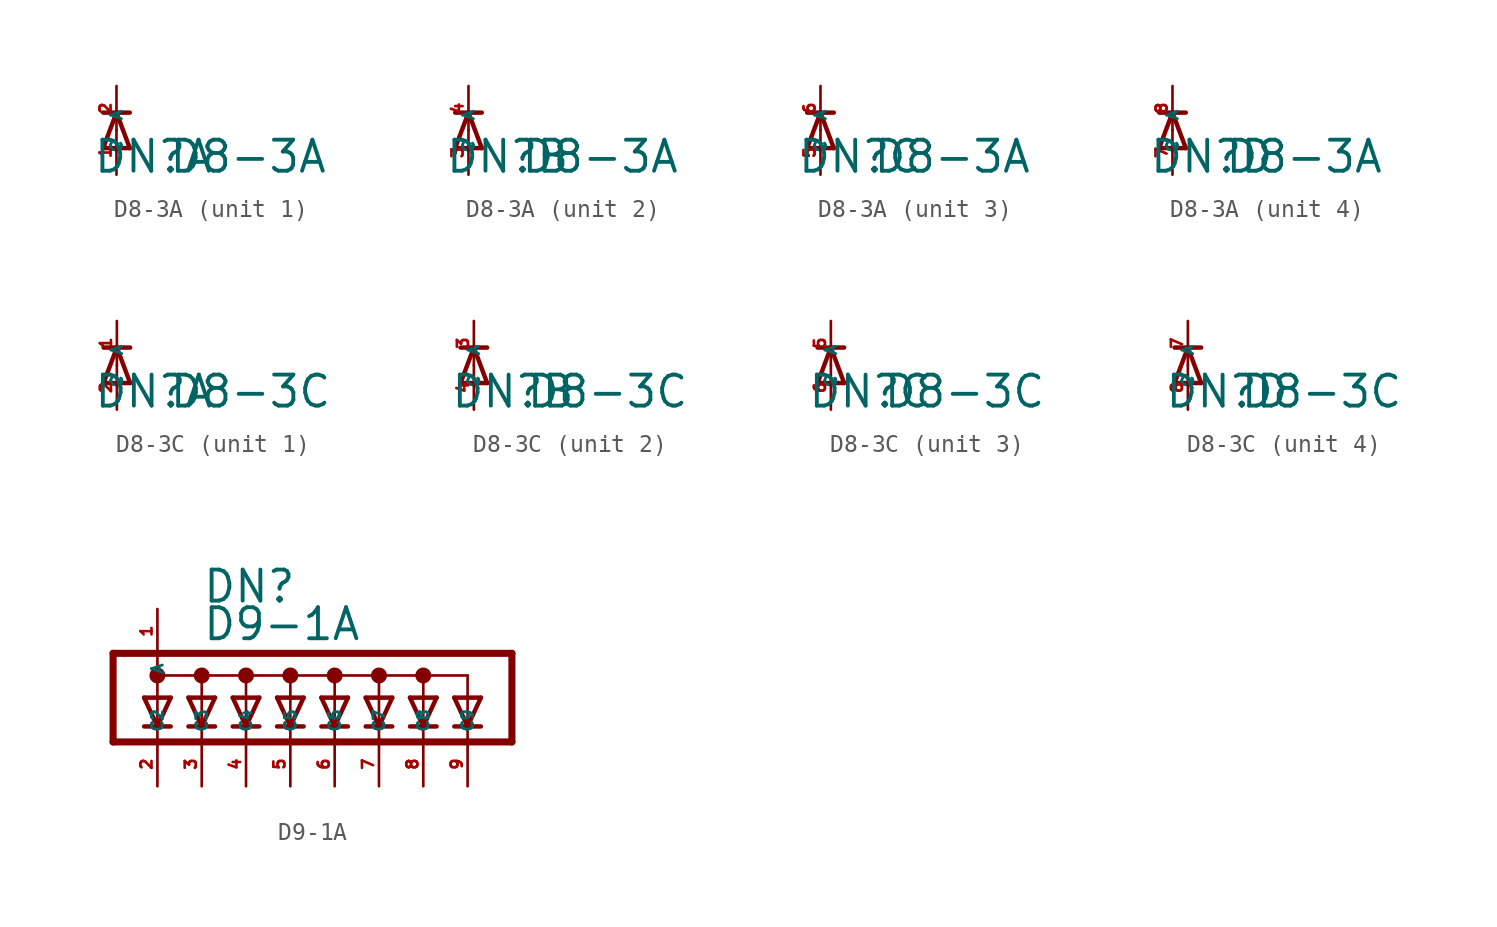
<source format=kicad_sym>
(kicad_symbol_lib
  (version 20220914)
  (generator Eagle2Kicad)
  (symbol "D8-3A"
    (property "Reference" "DN"
      (at -1.372 -2.54 0)
      (effects (font (size 1.778 1.778) (thickness 0.22)) (justify left bottom)))
    (property "Value" "D8-3A"
      (at 2.946 -2.54 0)
      (effects (font (size 1.778 1.778) (thickness 0.22)) (justify left bottom)))
    (symbol "D8-3A_1_0"
      (polyline (pts (xy 0.762 -1.016) (xy 0 1.016)) (stroke (width 0.254) (type default)) (fill (type none)))
      (polyline (pts (xy 0 1.016) (xy -0.762 -1.016)) (stroke (width 0.254) (type default)) (fill (type none)))
      (polyline (pts (xy -0.762 1.016) (xy 0 1.016)) (stroke (width 0.254) (type default)) (fill (type none)))
      (polyline (pts (xy -0.762 -1.016) (xy 0.762 -1.016)) (stroke (width 0.254) (type default)) (fill (type none)))
      (polyline (pts (xy 0 1.016) (xy 0.762 1.016)) (stroke (width 0.254) (type default)) (fill (type none)))
      (pin passive line (at 0 -2.54 90) (length 2.54) (name "A" (effects (font (size 0.635 0.635) (thickness 0.08)) (justify left bottom))) (number "1" (effects (font (size 0.635 0.635) (thickness 0.08)) (justify left bottom))))
      (pin passive line (at 0 2.54 270) (length 2.54) (name "C" (effects (font (size 0.635 0.635) (thickness 0.08)) (justify left bottom))) (number "2" (effects (font (size 0.635 0.635) (thickness 0.08)) (justify left bottom)))))
    (symbol "D8-3A_2_0"
      (polyline (pts (xy 0.762 -1.016) (xy 0 1.016)) (stroke (width 0.254) (type default)) (fill (type none)))
      (polyline (pts (xy 0 1.016) (xy -0.762 -1.016)) (stroke (width 0.254) (type default)) (fill (type none)))
      (polyline (pts (xy -0.762 1.016) (xy 0 1.016)) (stroke (width 0.254) (type default)) (fill (type none)))
      (polyline (pts (xy -0.762 -1.016) (xy 0.762 -1.016)) (stroke (width 0.254) (type default)) (fill (type none)))
      (polyline (pts (xy 0 1.016) (xy 0.762 1.016)) (stroke (width 0.254) (type default)) (fill (type none)))
      (pin passive line (at 0 -2.54 90) (length 2.54) (name "A" (effects (font (size 0.635 0.635) (thickness 0.08)) (justify left bottom))) (number "3" (effects (font (size 0.635 0.635) (thickness 0.08)) (justify left bottom))))
      (pin passive line (at 0 2.54 270) (length 2.54) (name "C" (effects (font (size 0.635 0.635) (thickness 0.08)) (justify left bottom))) (number "4" (effects (font (size 0.635 0.635) (thickness 0.08)) (justify left bottom)))))
    (symbol "D8-3A_3_0"
      (polyline (pts (xy 0.762 -1.016) (xy 0 1.016)) (stroke (width 0.254) (type default)) (fill (type none)))
      (polyline (pts (xy 0 1.016) (xy -0.762 -1.016)) (stroke (width 0.254) (type default)) (fill (type none)))
      (polyline (pts (xy -0.762 1.016) (xy 0 1.016)) (stroke (width 0.254) (type default)) (fill (type none)))
      (polyline (pts (xy -0.762 -1.016) (xy 0.762 -1.016)) (stroke (width 0.254) (type default)) (fill (type none)))
      (polyline (pts (xy 0 1.016) (xy 0.762 1.016)) (stroke (width 0.254) (type default)) (fill (type none)))
      (pin passive line (at 0 -2.54 90) (length 2.54) (name "A" (effects (font (size 0.635 0.635) (thickness 0.08)) (justify left bottom))) (number "5" (effects (font (size 0.635 0.635) (thickness 0.08)) (justify left bottom))))
      (pin passive line (at 0 2.54 270) (length 2.54) (name "C" (effects (font (size 0.635 0.635) (thickness 0.08)) (justify left bottom))) (number "6" (effects (font (size 0.635 0.635) (thickness 0.08)) (justify left bottom)))))
    (symbol "D8-3A_4_0"
      (polyline (pts (xy 0.762 -1.016) (xy 0 1.016)) (stroke (width 0.254) (type default)) (fill (type none)))
      (polyline (pts (xy 0 1.016) (xy -0.762 -1.016)) (stroke (width 0.254) (type default)) (fill (type none)))
      (polyline (pts (xy -0.762 1.016) (xy 0 1.016)) (stroke (width 0.254) (type default)) (fill (type none)))
      (polyline (pts (xy -0.762 -1.016) (xy 0.762 -1.016)) (stroke (width 0.254) (type default)) (fill (type none)))
      (polyline (pts (xy 0 1.016) (xy 0.762 1.016)) (stroke (width 0.254) (type default)) (fill (type none)))
      (pin passive line (at 0 -2.54 90) (length 2.54) (name "A" (effects (font (size 0.635 0.635) (thickness 0.08)) (justify left bottom))) (number "7" (effects (font (size 0.635 0.635) (thickness 0.08)) (justify left bottom))))
      (pin passive line (at 0 2.54 270) (length 2.54) (name "C" (effects (font (size 0.635 0.635) (thickness 0.08)) (justify left bottom))) (number "8" (effects (font (size 0.635 0.635) (thickness 0.08)) (justify left bottom))))))
  (symbol "D8-3C"
    (property "Reference" "DN"
      (at -1.372 -2.54 0)
      (effects (font (size 1.778 1.778) (thickness 0.22)) (justify left bottom)))
    (property "Value" "D8-3C"
      (at 2.946 -2.54 0)
      (effects (font (size 1.778 1.778) (thickness 0.22)) (justify left bottom)))
    (symbol "D8-3C_1_0"
      (polyline (pts (xy 0.762 -1.016) (xy 0 1.016)) (stroke (width 0.254) (type default)) (fill (type none)))
      (polyline (pts (xy 0 1.016) (xy -0.762 -1.016)) (stroke (width 0.254) (type default)) (fill (type none)))
      (polyline (pts (xy -0.762 1.016) (xy 0 1.016)) (stroke (width 0.254) (type default)) (fill (type none)))
      (polyline (pts (xy -0.762 -1.016) (xy 0.762 -1.016)) (stroke (width 0.254) (type default)) (fill (type none)))
      (polyline (pts (xy 0 1.016) (xy 0.762 1.016)) (stroke (width 0.254) (type default)) (fill (type none)))
      (pin passive line (at 0 -2.54 90) (length 2.54) (name "A" (effects (font (size 0.635 0.635) (thickness 0.08)) (justify left bottom))) (number "2" (effects (font (size 0.635 0.635) (thickness 0.08)) (justify left bottom))))
      (pin passive line (at 0 2.54 270) (length 2.54) (name "C" (effects (font (size 0.635 0.635) (thickness 0.08)) (justify left bottom))) (number "1" (effects (font (size 0.635 0.635) (thickness 0.08)) (justify left bottom)))))
    (symbol "D8-3C_2_0"
      (polyline (pts (xy 0.762 -1.016) (xy 0 1.016)) (stroke (width 0.254) (type default)) (fill (type none)))
      (polyline (pts (xy 0 1.016) (xy -0.762 -1.016)) (stroke (width 0.254) (type default)) (fill (type none)))
      (polyline (pts (xy -0.762 1.016) (xy 0 1.016)) (stroke (width 0.254) (type default)) (fill (type none)))
      (polyline (pts (xy -0.762 -1.016) (xy 0.762 -1.016)) (stroke (width 0.254) (type default)) (fill (type none)))
      (polyline (pts (xy 0 1.016) (xy 0.762 1.016)) (stroke (width 0.254) (type default)) (fill (type none)))
      (pin passive line (at 0 -2.54 90) (length 2.54) (name "A" (effects (font (size 0.635 0.635) (thickness 0.08)) (justify left bottom))) (number "4" (effects (font (size 0.635 0.635) (thickness 0.08)) (justify left bottom))))
      (pin passive line (at 0 2.54 270) (length 2.54) (name "C" (effects (font (size 0.635 0.635) (thickness 0.08)) (justify left bottom))) (number "3" (effects (font (size 0.635 0.635) (thickness 0.08)) (justify left bottom)))))
    (symbol "D8-3C_3_0"
      (polyline (pts (xy 0.762 -1.016) (xy 0 1.016)) (stroke (width 0.254) (type default)) (fill (type none)))
      (polyline (pts (xy 0 1.016) (xy -0.762 -1.016)) (stroke (width 0.254) (type default)) (fill (type none)))
      (polyline (pts (xy -0.762 1.016) (xy 0 1.016)) (stroke (width 0.254) (type default)) (fill (type none)))
      (polyline (pts (xy -0.762 -1.016) (xy 0.762 -1.016)) (stroke (width 0.254) (type default)) (fill (type none)))
      (polyline (pts (xy 0 1.016) (xy 0.762 1.016)) (stroke (width 0.254) (type default)) (fill (type none)))
      (pin passive line (at 0 -2.54 90) (length 2.54) (name "A" (effects (font (size 0.635 0.635) (thickness 0.08)) (justify left bottom))) (number "6" (effects (font (size 0.635 0.635) (thickness 0.08)) (justify left bottom))))
      (pin passive line (at 0 2.54 270) (length 2.54) (name "C" (effects (font (size 0.635 0.635) (thickness 0.08)) (justify left bottom))) (number "5" (effects (font (size 0.635 0.635) (thickness 0.08)) (justify left bottom)))))
    (symbol "D8-3C_4_0"
      (polyline (pts (xy 0.762 -1.016) (xy 0 1.016)) (stroke (width 0.254) (type default)) (fill (type none)))
      (polyline (pts (xy 0 1.016) (xy -0.762 -1.016)) (stroke (width 0.254) (type default)) (fill (type none)))
      (polyline (pts (xy -0.762 1.016) (xy 0 1.016)) (stroke (width 0.254) (type default)) (fill (type none)))
      (polyline (pts (xy -0.762 -1.016) (xy 0.762 -1.016)) (stroke (width 0.254) (type default)) (fill (type none)))
      (polyline (pts (xy 0 1.016) (xy 0.762 1.016)) (stroke (width 0.254) (type default)) (fill (type none)))
      (pin passive line (at 0 -2.54 90) (length 2.54) (name "A" (effects (font (size 0.635 0.635) (thickness 0.08)) (justify left bottom))) (number "8" (effects (font (size 0.635 0.635) (thickness 0.08)) (justify left bottom))))
      (pin passive line (at 0 2.54 270) (length 2.54) (name "C" (effects (font (size 0.635 0.635) (thickness 0.08)) (justify left bottom))) (number "7" (effects (font (size 0.635 0.635) (thickness 0.08)) (justify left bottom))))))
  (symbol "D9-1A"
    (property "Reference" "DN"
      (at -5.08 5.334 0)
      (effects (font (size 1.778 1.778) (thickness 0.22)) (justify left bottom)))
    (property "Value" "D9-1A"
      (at -5.08 3.175 0)
      (effects (font (size 1.778 1.778) (thickness 0.22)) (justify left bottom)))
    (polyline
      (pts (xy -7.62 -1.651) (xy -6.858 0))
      (stroke (width 0.254) (type default))
      (fill (type none)))
    (polyline
      (pts (xy -8.382 0) (xy -7.62 -1.651))
      (stroke (width 0.254) (type default))
      (fill (type none)))
    (polyline
      (pts (xy -6.858 0) (xy -7.62 0))
      (stroke (width 0.254) (type default))
      (fill (type none)))
    (polyline
      (pts (xy -8.382 -1.651) (xy -7.62 -1.651))
      (stroke (width 0.254) (type default))
      (fill (type none)))
    (polyline
      (pts (xy -7.62 -1.651) (xy -7.62 -2.54))
      (stroke (width 0.152) (type default))
      (fill (type none)))
    (polyline
      (pts (xy -7.62 -1.651) (xy -6.858 -1.651))
      (stroke (width 0.254) (type default))
      (fill (type none)))
    (polyline
      (pts (xy -7.62 1.27) (xy -7.62 0))
      (stroke (width 0.152) (type default))
      (fill (type none)))
    (polyline
      (pts (xy -7.62 0) (xy -8.382 0))
      (stroke (width 0.254) (type default))
      (fill (type none)))
    (polyline
      (pts (xy -7.62 1.27) (xy -5.08 1.27))
      (stroke (width 0.152) (type default))
      (fill (type none)))
    (polyline
      (pts (xy -5.08 1.27) (xy -5.08 0))
      (stroke (width 0.152) (type default))
      (fill (type none)))
    (polyline
      (pts (xy -5.08 1.27) (xy -2.54 1.27))
      (stroke (width 0.152) (type default))
      (fill (type none)))
    (polyline
      (pts (xy -2.54 1.27) (xy -2.54 0))
      (stroke (width 0.152) (type default))
      (fill (type none)))
    (polyline
      (pts (xy -2.54 1.27) (xy 0 1.27))
      (stroke (width 0.152) (type default))
      (fill (type none)))
    (polyline
      (pts (xy 0 1.27) (xy 0 0))
      (stroke (width 0.152) (type default))
      (fill (type none)))
    (polyline
      (pts (xy 0 -2.54) (xy 0 -1.651))
      (stroke (width 0.152) (type default))
      (fill (type none)))
    (polyline
      (pts (xy -2.54 -2.54) (xy -2.54 -1.651))
      (stroke (width 0.152) (type default))
      (fill (type none)))
    (polyline
      (pts (xy -5.08 -2.54) (xy -5.08 -1.651))
      (stroke (width 0.152) (type default))
      (fill (type none)))
    (polyline
      (pts (xy -10.16 -2.54) (xy -10.16 2.54))
      (stroke (width 0.406) (type default))
      (fill (type none)))
    (polyline
      (pts (xy -10.16 2.54) (xy -7.62 2.54))
      (stroke (width 0.406) (type default))
      (fill (type none)))
    (polyline
      (pts (xy -7.62 2.54) (xy 12.7 2.54))
      (stroke (width 0.406) (type default))
      (fill (type none)))
    (polyline
      (pts (xy 12.7 2.54) (xy 12.7 -2.54))
      (stroke (width 0.406) (type default))
      (fill (type none)))
    (polyline
      (pts (xy -10.16 -2.54) (xy 2.54 -2.54))
      (stroke (width 0.406) (type default))
      (fill (type none)))
    (polyline
      (pts (xy 2.54 -2.54) (xy 5.08 -2.54))
      (stroke (width 0.406) (type default))
      (fill (type none)))
    (polyline
      (pts (xy 5.08 -2.54) (xy 7.62 -2.54))
      (stroke (width 0.406) (type default))
      (fill (type none)))
    (polyline
      (pts (xy 7.62 -2.54) (xy 10.16 -2.54))
      (stroke (width 0.406) (type default))
      (fill (type none)))
    (polyline
      (pts (xy 10.16 -2.54) (xy 12.7 -2.54))
      (stroke (width 0.406) (type default))
      (fill (type none)))
    (polyline
      (pts (xy -7.62 1.27) (xy -7.62 2.54))
      (stroke (width 0.152) (type default))
      (fill (type none)))
    (polyline
      (pts (xy -7.62 -1.651) (xy -7.62 0))
      (stroke (width 0.152) (type default))
      (fill (type none)))
    (polyline
      (pts (xy -5.842 0) (xy -5.08 -1.651))
      (stroke (width 0.254) (type default))
      (fill (type none)))
    (polyline
      (pts (xy -5.08 -1.651) (xy -5.842 -1.651))
      (stroke (width 0.254) (type default))
      (fill (type none)))
    (polyline
      (pts (xy -3.302 0) (xy -2.54 -1.651))
      (stroke (width 0.254) (type default))
      (fill (type none)))
    (polyline
      (pts (xy -2.54 -1.651) (xy -3.302 -1.651))
      (stroke (width 0.254) (type default))
      (fill (type none)))
    (polyline
      (pts (xy -0.762 0) (xy 0 -1.651))
      (stroke (width 0.254) (type default))
      (fill (type none)))
    (polyline
      (pts (xy 0 -1.651) (xy -0.762 -1.651))
      (stroke (width 0.254) (type default))
      (fill (type none)))
    (polyline
      (pts (xy -4.318 -1.651) (xy -5.08 -1.651))
      (stroke (width 0.254) (type default))
      (fill (type none)))
    (polyline
      (pts (xy -5.08 -1.651) (xy -4.318 0))
      (stroke (width 0.254) (type default))
      (fill (type none)))
    (polyline
      (pts (xy -1.778 -1.651) (xy -2.54 -1.651))
      (stroke (width 0.254) (type default))
      (fill (type none)))
    (polyline
      (pts (xy -2.54 -1.651) (xy -1.778 0))
      (stroke (width 0.254) (type default))
      (fill (type none)))
    (polyline
      (pts (xy 0.762 -1.651) (xy 0 -1.651))
      (stroke (width 0.254) (type default))
      (fill (type none)))
    (polyline
      (pts (xy 0 -1.651) (xy 0.762 0))
      (stroke (width 0.254) (type default))
      (fill (type none)))
    (polyline
      (pts (xy -4.318 0) (xy -5.08 0))
      (stroke (width 0.254) (type default))
      (fill (type none)))
    (polyline
      (pts (xy -1.778 0) (xy -2.54 0))
      (stroke (width 0.254) (type default))
      (fill (type none)))
    (polyline
      (pts (xy 0.762 0) (xy 0 0))
      (stroke (width 0.254) (type default))
      (fill (type none)))
    (polyline
      (pts (xy -5.08 0) (xy -5.842 0))
      (stroke (width 0.254) (type default))
      (fill (type none)))
    (polyline
      (pts (xy -2.54 0) (xy -3.302 0))
      (stroke (width 0.254) (type default))
      (fill (type none)))
    (polyline
      (pts (xy 0 0) (xy -0.762 0))
      (stroke (width 0.254) (type default))
      (fill (type none)))
    (polyline
      (pts (xy -5.08 -1.651) (xy -5.08 0))
      (stroke (width 0.152) (type default))
      (fill (type none)))
    (polyline
      (pts (xy -2.54 -1.651) (xy -2.54 0))
      (stroke (width 0.152) (type default))
      (fill (type none)))
    (polyline
      (pts (xy 0 -1.651) (xy 0 0))
      (stroke (width 0.152) (type default))
      (fill (type none)))
    (polyline
      (pts (xy 0 1.27) (xy 2.54 1.27))
      (stroke (width 0.152) (type default))
      (fill (type none)))
    (polyline
      (pts (xy 2.54 1.27) (xy 2.54 0))
      (stroke (width 0.152) (type default))
      (fill (type none)))
    (polyline
      (pts (xy 2.54 -2.54) (xy 2.54 -1.651))
      (stroke (width 0.152) (type default))
      (fill (type none)))
    (polyline
      (pts (xy 1.778 0) (xy 2.54 -1.651))
      (stroke (width 0.254) (type default))
      (fill (type none)))
    (polyline
      (pts (xy 2.54 -1.651) (xy 1.778 -1.651))
      (stroke (width 0.254) (type default))
      (fill (type none)))
    (polyline
      (pts (xy 3.302 -1.651) (xy 2.54 -1.651))
      (stroke (width 0.254) (type default))
      (fill (type none)))
    (polyline
      (pts (xy 2.54 -1.651) (xy 3.302 0))
      (stroke (width 0.254) (type default))
      (fill (type none)))
    (polyline
      (pts (xy 3.302 0) (xy 2.54 0))
      (stroke (width 0.254) (type default))
      (fill (type none)))
    (polyline
      (pts (xy 2.54 0) (xy 1.778 0))
      (stroke (width 0.254) (type default))
      (fill (type none)))
    (polyline
      (pts (xy 2.54 -1.651) (xy 2.54 0))
      (stroke (width 0.152) (type default))
      (fill (type none)))
    (polyline
      (pts (xy 2.54 1.27) (xy 5.08 1.27))
      (stroke (width 0.152) (type default))
      (fill (type none)))
    (polyline
      (pts (xy 5.08 1.27) (xy 5.08 0))
      (stroke (width 0.152) (type default))
      (fill (type none)))
    (polyline
      (pts (xy 5.08 -2.54) (xy 5.08 -1.651))
      (stroke (width 0.152) (type default))
      (fill (type none)))
    (polyline
      (pts (xy 4.318 0) (xy 5.08 -1.651))
      (stroke (width 0.254) (type default))
      (fill (type none)))
    (polyline
      (pts (xy 5.08 -1.651) (xy 4.318 -1.651))
      (stroke (width 0.254) (type default))
      (fill (type none)))
    (polyline
      (pts (xy 5.842 -1.651) (xy 5.08 -1.651))
      (stroke (width 0.254) (type default))
      (fill (type none)))
    (polyline
      (pts (xy 5.08 -1.651) (xy 5.842 0))
      (stroke (width 0.254) (type default))
      (fill (type none)))
    (polyline
      (pts (xy 5.842 0) (xy 5.08 0))
      (stroke (width 0.254) (type default))
      (fill (type none)))
    (polyline
      (pts (xy 5.08 0) (xy 4.318 0))
      (stroke (width 0.254) (type default))
      (fill (type none)))
    (polyline
      (pts (xy 5.08 -1.651) (xy 5.08 0))
      (stroke (width 0.152) (type default))
      (fill (type none)))
    (polyline
      (pts (xy 5.08 1.27) (xy 7.62 1.27))
      (stroke (width 0.152) (type default))
      (fill (type none)))
    (polyline
      (pts (xy 7.62 1.27) (xy 7.62 0))
      (stroke (width 0.152) (type default))
      (fill (type none)))
    (polyline
      (pts (xy 7.62 -2.54) (xy 7.62 -1.651))
      (stroke (width 0.152) (type default))
      (fill (type none)))
    (polyline
      (pts (xy 6.858 0) (xy 7.62 -1.651))
      (stroke (width 0.254) (type default))
      (fill (type none)))
    (polyline
      (pts (xy 7.62 -1.651) (xy 6.858 -1.651))
      (stroke (width 0.254) (type default))
      (fill (type none)))
    (polyline
      (pts (xy 8.382 -1.651) (xy 7.62 -1.651))
      (stroke (width 0.254) (type default))
      (fill (type none)))
    (polyline
      (pts (xy 7.62 -1.651) (xy 8.382 0))
      (stroke (width 0.254) (type default))
      (fill (type none)))
    (polyline
      (pts (xy 8.382 0) (xy 7.62 0))
      (stroke (width 0.254) (type default))
      (fill (type none)))
    (polyline
      (pts (xy 7.62 0) (xy 6.858 0))
      (stroke (width 0.254) (type default))
      (fill (type none)))
    (polyline
      (pts (xy 7.62 -1.651) (xy 7.62 0))
      (stroke (width 0.152) (type default))
      (fill (type none)))
    (polyline
      (pts (xy 7.62 1.27) (xy 10.16 1.27))
      (stroke (width 0.152) (type default))
      (fill (type none)))
    (polyline
      (pts (xy 10.16 1.27) (xy 10.16 0))
      (stroke (width 0.152) (type default))
      (fill (type none)))
    (polyline
      (pts (xy 10.16 -2.54) (xy 10.16 -1.651))
      (stroke (width 0.152) (type default))
      (fill (type none)))
    (polyline
      (pts (xy 9.398 0) (xy 10.16 -1.651))
      (stroke (width 0.254) (type default))
      (fill (type none)))
    (polyline
      (pts (xy 10.16 -1.651) (xy 9.398 -1.651))
      (stroke (width 0.254) (type default))
      (fill (type none)))
    (polyline
      (pts (xy 10.922 -1.651) (xy 10.16 -1.651))
      (stroke (width 0.254) (type default))
      (fill (type none)))
    (polyline
      (pts (xy 10.16 -1.651) (xy 10.922 0))
      (stroke (width 0.254) (type default))
      (fill (type none)))
    (polyline
      (pts (xy 10.922 0) (xy 10.16 0))
      (stroke (width 0.254) (type default))
      (fill (type none)))
    (polyline
      (pts (xy 10.16 0) (xy 9.398 0))
      (stroke (width 0.254) (type default))
      (fill (type none)))
    (polyline
      (pts (xy 10.16 -1.651) (xy 10.16 0))
      (stroke (width 0.152) (type default))
      (fill (type none)))
    (circle
      (center -2.54 1.27)
      (radius 0.254)
      (stroke (width 0.406) (type default))
      (fill (type none)))
    (circle
      (center -5.08 1.27)
      (radius 0.254)
      (stroke (width 0.406) (type default))
      (fill (type none)))
    (circle
      (center -7.62 1.27)
      (radius 0.254)
      (stroke (width 0.406) (type default))
      (fill (type none)))
    (circle
      (center 2.54 1.27)
      (radius 0.254)
      (stroke (width 0.406) (type default))
      (fill (type none)))
    (circle
      (center 5.08 1.27)
      (radius 0.254)
      (stroke (width 0.406) (type default))
      (fill (type none)))
    (circle
      (center 0 1.27)
      (radius 0.254)
      (stroke (width 0.406) (type default))
      (fill (type none)))
    (circle
      (center 7.62 1.27)
      (radius 0.254)
      (stroke (width 0.406) (type default))
      (fill (type none)))
    (pin passive line
      (at -7.62 5.08 270)
      (length 2.54)
      (name "A" (effects (font (size 0.635 0.635) (thickness 0.08)) (justify left bottom)))
      (number "1" (effects (font (size 0.635 0.635) (thickness 0.08)) (justify left bottom))))
    (pin passive line
      (at -7.62 -5.08 90)
      (length 2.54)
      (name "C2" (effects (font (size 0.635 0.635) (thickness 0.08)) (justify left bottom)))
      (number "2" (effects (font (size 0.635 0.635) (thickness 0.08)) (justify left bottom))))
    (pin passive line
      (at -5.08 -5.08 90)
      (length 2.54)
      (name "C3" (effects (font (size 0.635 0.635) (thickness 0.08)) (justify left bottom)))
      (number "3" (effects (font (size 0.635 0.635) (thickness 0.08)) (justify left bottom))))
    (pin passive line
      (at -2.54 -5.08 90)
      (length 2.54)
      (name "C4" (effects (font (size 0.635 0.635) (thickness 0.08)) (justify left bottom)))
      (number "4" (effects (font (size 0.635 0.635) (thickness 0.08)) (justify left bottom))))
    (pin passive line
      (at 0 -5.08 90)
      (length 2.54)
      (name "C5" (effects (font (size 0.635 0.635) (thickness 0.08)) (justify left bottom)))
      (number "5" (effects (font (size 0.635 0.635) (thickness 0.08)) (justify left bottom))))
    (pin passive line
      (at 2.54 -5.08 90)
      (length 2.54)
      (name "C6" (effects (font (size 0.635 0.635) (thickness 0.08)) (justify left bottom)))
      (number "6" (effects (font (size 0.635 0.635) (thickness 0.08)) (justify left bottom))))
    (pin passive line
      (at 5.08 -5.08 90)
      (length 2.54)
      (name "C7" (effects (font (size 0.635 0.635) (thickness 0.08)) (justify left bottom)))
      (number "7" (effects (font (size 0.635 0.635) (thickness 0.08)) (justify left bottom))))
    (pin passive line
      (at 7.62 -5.08 90)
      (length 2.54)
      (name "C8" (effects (font (size 0.635 0.635) (thickness 0.08)) (justify left bottom)))
      (number "8" (effects (font (size 0.635 0.635) (thickness 0.08)) (justify left bottom))))
    (pin passive line
      (at 10.16 -5.08 90)
      (length 2.54)
      (name "C9" (effects (font (size 0.635 0.635) (thickness 0.08)) (justify left bottom)))
      (number "9" (effects (font (size 0.635 0.635) (thickness 0.08)) (justify left bottom))))))
</source>
